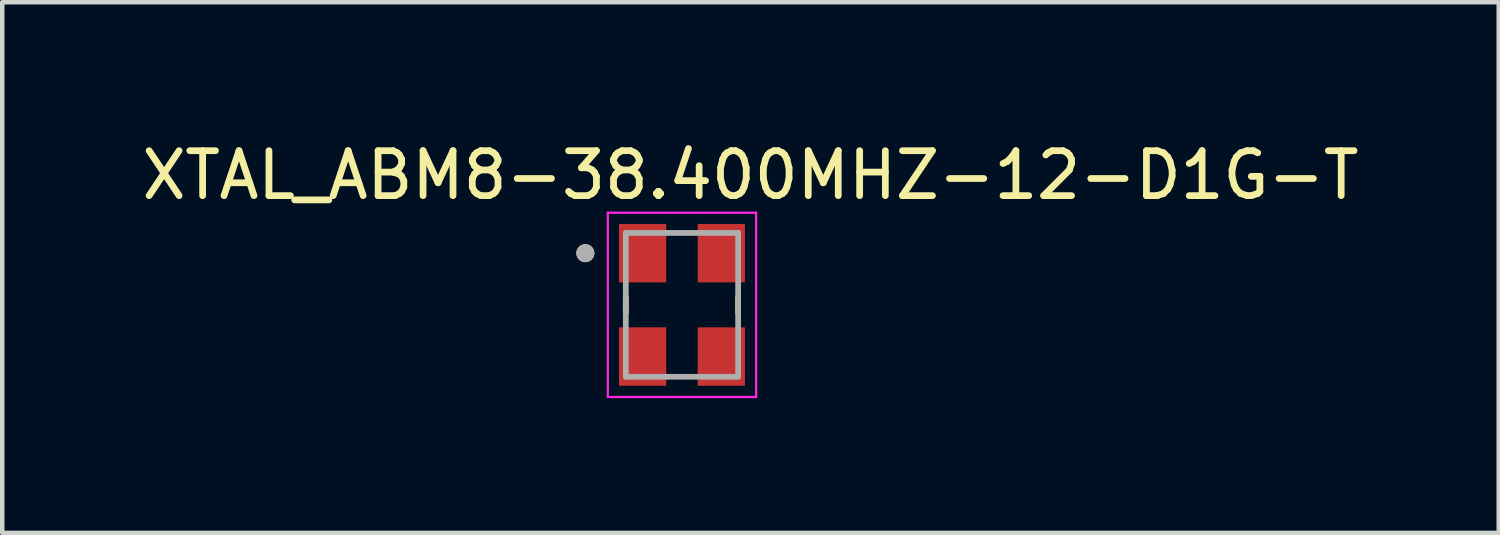
<source format=kicad_pcb>
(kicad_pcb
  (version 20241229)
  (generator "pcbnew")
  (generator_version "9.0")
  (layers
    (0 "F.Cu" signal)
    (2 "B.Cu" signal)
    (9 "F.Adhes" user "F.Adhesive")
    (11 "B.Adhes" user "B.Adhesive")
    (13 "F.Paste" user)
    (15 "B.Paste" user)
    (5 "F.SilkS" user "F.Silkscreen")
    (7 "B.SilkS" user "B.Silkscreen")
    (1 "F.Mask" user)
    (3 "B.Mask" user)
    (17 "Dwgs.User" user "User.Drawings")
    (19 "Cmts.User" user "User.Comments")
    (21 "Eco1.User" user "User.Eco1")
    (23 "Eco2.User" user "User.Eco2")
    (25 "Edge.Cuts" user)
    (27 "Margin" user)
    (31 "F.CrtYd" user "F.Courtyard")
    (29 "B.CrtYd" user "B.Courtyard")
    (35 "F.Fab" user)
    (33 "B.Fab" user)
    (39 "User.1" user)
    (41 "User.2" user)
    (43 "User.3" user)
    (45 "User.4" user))
  (footprint "XTAL_ABM8-38.400MHZ-12-D1G-T"
    (layer "F.Cu")
    (at 12.124 3.733)
    (property "Reference" "XTAL_ABM8-38.400MHZ-12-D1G-T" (at 1.525 -2.885 0) (layer "F.SilkS") (effects (font (size 1 1) (thickness 0.15))))
    (attr smd)
    (fp_line (start -1.25 -0.18) (end -1.25 0.18) (stroke (width 0.127) (type solid)) (layer "F.SilkS"))
    (fp_line (start 1.25 -0.18) (end 1.25 0.18) (stroke (width 0.127) (type solid)) (layer "F.SilkS"))
    (fp_circle (center -2.15 -1.15) (end -2.05 -1.15) (stroke (width 0.2) (type solid)) (fill no) (layer "F.SilkS"))
    (fp_line (start -1.65 -2.05) (end -1.65 2.05) (stroke (width 0.05) (type solid)) (layer "F.CrtYd"))
    (fp_line (start -1.65 -2.05) (end 1.65 -2.05) (stroke (width 0.05) (type solid)) (layer "F.CrtYd"))
    (fp_line (start 1.65 -2.05) (end 1.65 2.05) (stroke (width 0.05) (type solid)) (layer "F.CrtYd"))
    (fp_line (start 1.65 2.05) (end -1.65 2.05) (stroke (width 0.05) (type solid)) (layer "F.CrtYd"))
    (fp_line (start -1.25 -1.6) (end -1.25 1.6) (stroke (width 0.127) (type solid)) (layer "F.Fab"))
    (fp_line (start -1.25 -1.6) (end 1.25 -1.6) (stroke (width 0.127) (type solid)) (layer "F.Fab"))
    (fp_line (start 1.25 -1.6) (end 1.25 1.6) (stroke (width 0.127) (type solid)) (layer "F.Fab"))
    (fp_line (start 1.25 1.6) (end -1.25 1.6) (stroke (width 0.127) (type solid)) (layer "F.Fab"))
    (fp_circle (center -2.15 -1.15) (end -2.05 -1.15) (stroke (width 0.2) (type solid)) (fill no) (layer "F.Fab"))
    (pad "1" smd rect (at -0.875 -1.15) (size 1.05 1.3) (layers "F.Cu" "F.Mask" "F.Paste"))
    (pad "2" smd rect (at -0.875 1.15) (size 1.05 1.3) (layers "F.Cu" "F.Mask" "F.Paste"))
    (pad "3" smd rect (at 0.875 1.15) (size 1.05 1.3) (layers "F.Cu" "F.Mask" "F.Paste"))
    (pad "4" smd rect (at 0.875 -1.15) (size 1.05 1.3) (layers "F.Cu" "F.Mask" "F.Paste")))
  (gr_rect
    (start -3 -3)
    (end 30.298 8.808)
    (stroke (width 0.1) (type default))
    (fill no)
    (layer "Edge.Cuts")))
</source>
